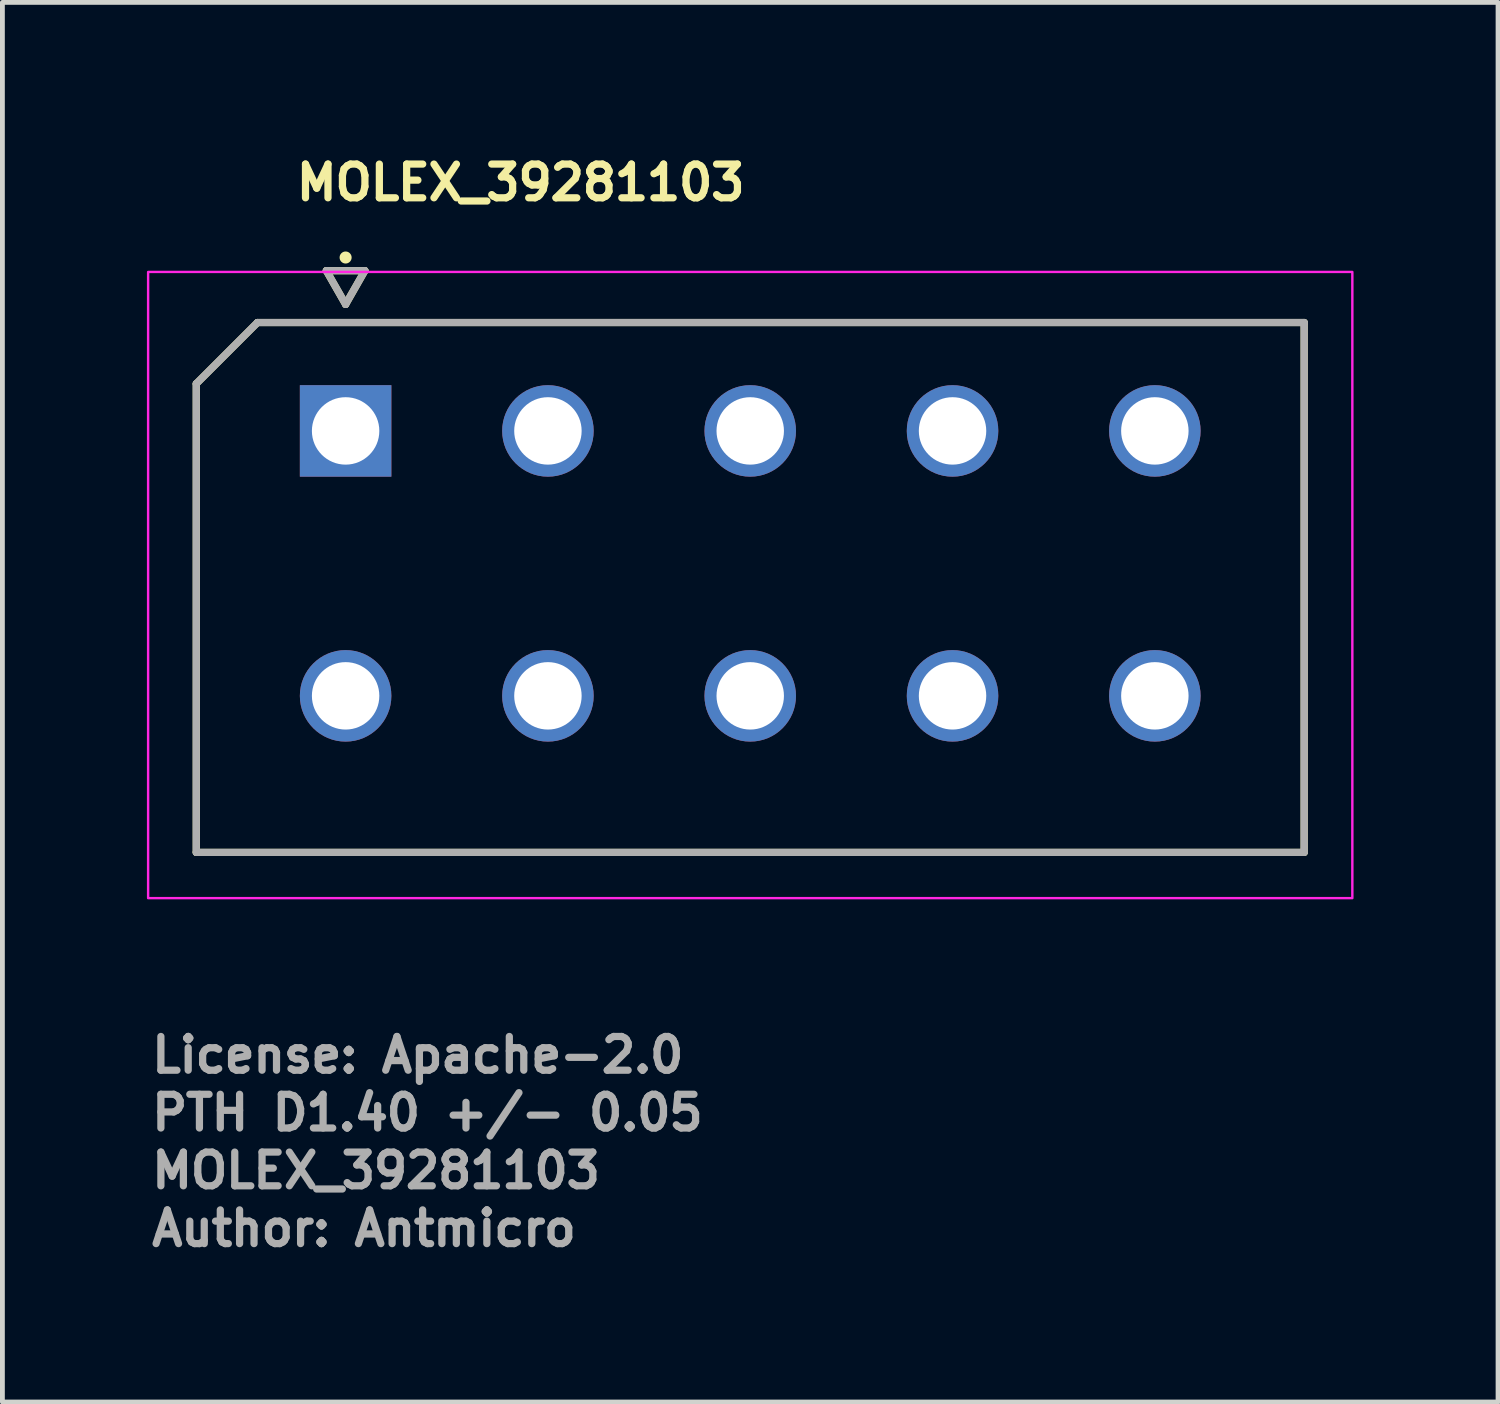
<source format=kicad_pcb>
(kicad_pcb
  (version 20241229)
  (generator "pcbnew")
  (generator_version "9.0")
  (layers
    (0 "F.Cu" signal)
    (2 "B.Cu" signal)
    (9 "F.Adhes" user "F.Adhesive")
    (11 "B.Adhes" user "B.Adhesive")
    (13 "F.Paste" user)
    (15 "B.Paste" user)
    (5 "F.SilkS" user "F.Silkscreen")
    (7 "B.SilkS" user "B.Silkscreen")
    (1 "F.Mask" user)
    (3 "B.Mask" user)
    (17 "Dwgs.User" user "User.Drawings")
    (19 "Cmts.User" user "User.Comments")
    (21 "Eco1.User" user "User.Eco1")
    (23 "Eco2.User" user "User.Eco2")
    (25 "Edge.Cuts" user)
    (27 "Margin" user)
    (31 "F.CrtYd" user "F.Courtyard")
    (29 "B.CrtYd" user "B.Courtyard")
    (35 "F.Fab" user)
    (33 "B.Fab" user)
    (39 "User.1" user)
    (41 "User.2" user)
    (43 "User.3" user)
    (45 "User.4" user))
  (footprint "MOLEX_39281103"
    (layer "F.Cu")
    (at 4.125 5.896)
    (property "Reference" "MOLEX_39281103" (at -1.098 -4.746 0) (layer "F.SilkS") (effects (font (size 0.7 0.7) (thickness 0.15)) (justify left bottom)))
    (attr through_hole)
    (fp_circle (center 0 5.5) (end 0.513 5.5) (stroke (width 1.026) (type solid)) (fill no) (layer "F.Mask"))
    (fp_circle (center 4.2 0) (end 4.713 0) (stroke (width 1.026) (type solid)) (fill no) (layer "F.Mask"))
    (fp_circle (center 4.2 5.5) (end 4.713 5.5) (stroke (width 1.026) (type solid)) (fill no) (layer "F.Mask"))
    (fp_circle (center 8.4 0) (end 8.913 0) (stroke (width 1.026) (type solid)) (fill no) (layer "F.Mask"))
    (fp_circle (center 8.4 5.5) (end 8.913 5.5) (stroke (width 1.026) (type solid)) (fill no) (layer "F.Mask"))
    (fp_circle (center 12.6 0) (end 13.113 0) (stroke (width 1.026) (type solid)) (fill no) (layer "F.Mask"))
    (fp_circle (center 12.6 5.5) (end 13.113 5.5) (stroke (width 1.026) (type solid)) (fill no) (layer "F.Mask"))
    (fp_circle (center 16.8 0) (end 17.313 0) (stroke (width 1.026) (type solid)) (fill no) (layer "F.Mask"))
    (fp_circle (center 16.8 5.5) (end 17.313 5.5) (stroke (width 1.026) (type solid)) (fill no) (layer "F.Mask"))
    (fp_poly (pts (xy -1.026 -1.026) (xy 1.026 -1.026) (xy 1.026 1.026) (xy -1.026 1.026)) (stroke (width 0.01) (type solid)) (fill yes) (layer "F.Mask"))
    (fp_circle (center 0 5.5) (end 0.513 5.5) (stroke (width 1.026) (type solid)) (fill no) (layer "B.Mask"))
    (fp_circle (center 4.2 0) (end 4.713 0) (stroke (width 1.026) (type solid)) (fill no) (layer "B.Mask"))
    (fp_circle (center 4.2 5.5) (end 4.713 5.5) (stroke (width 1.026) (type solid)) (fill no) (layer "B.Mask"))
    (fp_circle (center 8.4 0) (end 8.913 0) (stroke (width 1.026) (type solid)) (fill no) (layer "B.Mask"))
    (fp_circle (center 8.4 5.5) (end 8.913 5.5) (stroke (width 1.026) (type solid)) (fill no) (layer "B.Mask"))
    (fp_circle (center 12.6 0) (end 13.113 0) (stroke (width 1.026) (type solid)) (fill no) (layer "B.Mask"))
    (fp_circle (center 12.6 5.5) (end 13.113 5.5) (stroke (width 1.026) (type solid)) (fill no) (layer "B.Mask"))
    (fp_circle (center 16.8 0) (end 17.313 0) (stroke (width 1.026) (type solid)) (fill no) (layer "B.Mask"))
    (fp_circle (center 16.8 5.5) (end 17.313 5.5) (stroke (width 1.026) (type solid)) (fill no) (layer "B.Mask"))
    (fp_poly (pts (xy -1.026 -1.026) (xy 1.026 -1.026) (xy 1.026 1.026) (xy -1.026 1.026)) (stroke (width 0.01) (type solid)) (fill yes) (layer "B.Mask"))
    (fp_line (start -3.1 8.75) (end -3.1 -0.98) (stroke (width 0.15) (type solid)) (layer "F.SilkS"))
    (fp_line (start -1.83 -2.25) (end -3.1 -0.98) (stroke (width 0.15) (type solid)) (layer "F.SilkS"))
    (fp_line (start -1.83 -2.25) (end 19.9 -2.25) (stroke (width 0.15) (type solid)) (layer "F.SilkS"))
    (fp_line (start -0.4 -3.327) (end 0 -2.627) (stroke (width 0.15) (type solid)) (layer "F.SilkS"))
    (fp_line (start 0 -2.627) (end 0.4 -3.327) (stroke (width 0.15) (type solid)) (layer "F.SilkS"))
    (fp_line (start 0.4 -3.327) (end -0.4 -3.327) (stroke (width 0.15) (type solid)) (layer "F.SilkS"))
    (fp_line (start 19.9 -2.25) (end 19.9 8.75) (stroke (width 0.15) (type solid)) (layer "F.SilkS"))
    (fp_line (start 19.9 8.75) (end -3.1 8.75) (stroke (width 0.15) (type solid)) (layer "F.SilkS"))
    (fp_circle (center 0 -3.6) (end 0.05 -3.6) (stroke (width 0.15) (type solid)) (fill yes) (layer "F.SilkS"))
    (fp_rect (start -4.1 -3.3) (end 20.9 9.7) (stroke (width 0.05) (type solid)) (fill no) (layer "F.CrtYd"))
    (fp_line (start -3.1 8.75) (end -3.1 -0.98) (stroke (width 0.15) (type solid)) (layer "F.Fab"))
    (fp_line (start -1.83 -2.25) (end -3.1 -0.98) (stroke (width 0.15) (type solid)) (layer "F.Fab"))
    (fp_line (start -1.83 -2.25) (end 19.9 -2.25) (stroke (width 0.15) (type solid)) (layer "F.Fab"))
    (fp_line (start -0.4 -3.327) (end 0 -2.627) (stroke (width 0.15) (type solid)) (layer "F.Fab"))
    (fp_line (start 0 -2.627) (end 0.4 -3.327) (stroke (width 0.15) (type solid)) (layer "F.Fab"))
    (fp_line (start 0.4 -3.327) (end -0.4 -3.327) (stroke (width 0.15) (type solid)) (layer "F.Fab"))
    (fp_line (start 19.9 -2.25) (end 19.9 8.75) (stroke (width 0.15) (type solid)) (layer "F.Fab"))
    (fp_line (start 19.9 8.75) (end -3.1 8.75) (stroke (width 0.15) (type solid)) (layer "F.Fab"))
    (fp_rect (start -3.1 -2.3) (end 19.9 8.7) (stroke (width 0.1) (type solid)) (fill no) (layer "User.5"))
    (fp_line (start -3.1 -0.1) (end -3.099 -0.126) (stroke (width 0.02) (type solid)) (layer "User.9"))
    (fp_line (start -3.099 -0.126) (end -3.097 -0.152) (stroke (width 0.02) (type solid)) (layer "User.9"))
    (fp_line (start -3.099 -0.074) (end -3.1 -0.1) (stroke (width 0.02) (type solid)) (layer "User.9"))
    (fp_line (start -3.097 -0.152) (end -3.092 -0.177) (stroke (width 0.02) (type solid)) (layer "User.9"))
    (fp_line (start -3.097 -0.048) (end -3.099 -0.074) (stroke (width 0.02) (type solid)) (layer "User.9"))
    (fp_line (start -3.092 -0.177) (end -3.087 -0.203) (stroke (width 0.02) (type solid)) (layer "User.9"))
    (fp_line (start -3.092 -0.023) (end -3.097 -0.048) (stroke (width 0.02) (type solid)) (layer "User.9"))
    (fp_line (start -3.087 -0.203) (end -3.079 -0.228) (stroke (width 0.02) (type solid)) (layer "User.9"))
    (fp_line (start -3.087 0.003) (end -3.092 -0.023) (stroke (width 0.02) (type solid)) (layer "User.9"))
    (fp_line (start -3.079 -0.228) (end -3.07 -0.252) (stroke (width 0.02) (type solid)) (layer "User.9"))
    (fp_line (start -3.079 0.028) (end -3.087 0.003) (stroke (width 0.02) (type solid)) (layer "User.9"))
    (fp_line (start -3.07 -0.252) (end -3.059 -0.276) (stroke (width 0.02) (type solid)) (layer "User.9"))
    (fp_line (start -3.07 0.052) (end -3.079 0.028) (stroke (width 0.02) (type solid)) (layer "User.9"))
    (fp_line (start -3.059 -0.276) (end -3.046 -0.3) (stroke (width 0.02) (type solid)) (layer "User.9"))
    (fp_line (start -3.059 0.076) (end -3.07 0.052) (stroke (width 0.02) (type solid)) (layer "User.9"))
    (fp_line (start -3.046 -0.3) (end -3.046 -0.3) (stroke (width 0.02) (type solid)) (layer "User.9"))
    (fp_line (start -3.046 -0.3) (end -3.04 -0.311) (stroke (width 0.02) (type solid)) (layer "User.9"))
    (fp_line (start -3.046 0.1) (end -3.059 0.076) (stroke (width 0.02) (type solid)) (layer "User.9"))
    (fp_line (start -3.046 0.1) (end -3.046 0.1) (stroke (width 0.02) (type solid)) (layer "User.9"))
    (fp_line (start -3.04 -0.311) (end -3.032 -0.323) (stroke (width 0.02) (type solid)) (layer "User.9"))
    (fp_line (start -3.032 -0.323) (end -3.025 -0.334) (stroke (width 0.02) (type solid)) (layer "User.9"))
    (fp_line (start -3.032 0.123) (end -3.046 0.1) (stroke (width 0.02) (type solid)) (layer "User.9"))
    (fp_line (start -3.025 -0.334) (end -3.017 -0.344) (stroke (width 0.02) (type solid)) (layer "User.9"))
    (fp_line (start -3.017 -0.344) (end -3.009 -0.354) (stroke (width 0.02) (type solid)) (layer "User.9"))
    (fp_line (start -3.017 0.144) (end -3.032 0.123) (stroke (width 0.02) (type solid)) (layer "User.9"))
    (fp_line (start -3.009 -0.354) (end -3 -0.364) (stroke (width 0.02) (type solid)) (layer "User.9"))
    (fp_line (start -3 -0.364) (end -2.991 -0.374) (stroke (width 0.02) (type solid)) (layer "User.9"))
    (fp_line (start -3 0.164) (end -3.017 0.144) (stroke (width 0.02) (type solid)) (layer "User.9"))
    (fp_line (start -2.991 -0.374) (end -2.982 -0.383) (stroke (width 0.02) (type solid)) (layer "User.9"))
    (fp_line (start -2.982 -0.383) (end -2.973 -0.393) (stroke (width 0.02) (type solid)) (layer "User.9"))
    (fp_line (start -2.982 0.183) (end -3 0.164) (stroke (width 0.02) (type solid)) (layer "User.9"))
    (fp_line (start -2.973 -0.393) (end -2.963 -0.401) (stroke (width 0.02) (type solid)) (layer "User.9"))
    (fp_line (start -2.963 -0.401) (end -2.953 -0.41) (stroke (width 0.02) (type solid)) (layer "User.9"))
    (fp_line (start -2.963 0.201) (end -2.982 0.183) (stroke (width 0.02) (type solid)) (layer "User.9"))
    (fp_line (start -2.953 -0.41) (end -2.943 -0.418) (stroke (width 0.02) (type solid)) (layer "User.9"))
    (fp_line (start -2.943 -0.418) (end -2.933 -0.425) (stroke (width 0.02) (type solid)) (layer "User.9"))
    (fp_line (start -2.943 0.218) (end -2.963 0.201) (stroke (width 0.02) (type solid)) (layer "User.9"))
    (fp_line (start -2.933 -0.425) (end -2.922 -0.433) (stroke (width 0.02) (type solid)) (layer "User.9"))
    (fp_line (start -2.922 -0.433) (end -2.911 -0.44) (stroke (width 0.02) (type solid)) (layer "User.9"))
    (fp_line (start -2.922 0.233) (end -2.943 0.218) (stroke (width 0.02) (type solid)) (layer "User.9"))
    (fp_line (start -2.911 -0.44) (end -2.9 -0.446) (stroke (width 0.02) (type solid)) (layer "User.9"))
    (fp_line (start -2.9 -0.446) (end -2.889 -0.453) (stroke (width 0.02) (type solid)) (layer "User.9"))
    (fp_line (start -2.9 0.246) (end -2.922 0.233) (stroke (width 0.02) (type solid)) (layer "User.9"))
    (fp_line (start -2.889 -0.453) (end -2.877 -0.459) (stroke (width 0.02) (type solid)) (layer "User.9"))
    (fp_line (start -2.877 -0.459) (end -2.865 -0.464) (stroke (width 0.02) (type solid)) (layer "User.9"))
    (fp_line (start -2.877 0.259) (end -2.9 0.246) (stroke (width 0.02) (type solid)) (layer "User.9"))
    (fp_line (start -2.865 -0.464) (end -2.854 -0.469) (stroke (width 0.02) (type solid)) (layer "User.9"))
    (fp_line (start -2.854 -0.469) (end -2.842 -0.474) (stroke (width 0.02) (type solid)) (layer "User.9"))
    (fp_line (start -2.854 0.269) (end -2.877 0.259) (stroke (width 0.02) (type solid)) (layer "User.9"))
    (fp_line (start -2.842 -0.474) (end -2.829 -0.479) (stroke (width 0.02) (type solid)) (layer "User.9"))
    (fp_line (start -2.829 -0.479) (end -2.817 -0.483) (stroke (width 0.02) (type solid)) (layer "User.9"))
    (fp_line (start -2.829 0.279) (end -2.854 0.269) (stroke (width 0.02) (type solid)) (layer "User.9"))
    (fp_line (start -2.817 -0.483) (end -2.804 -0.486) (stroke (width 0.02) (type solid)) (layer "User.9"))
    (fp_line (start -2.804 -0.486) (end -2.792 -0.489) (stroke (width 0.02) (type solid)) (layer "User.9"))
    (fp_line (start -2.804 0.286) (end -2.829 0.279) (stroke (width 0.02) (type solid)) (layer "User.9"))
    (fp_line (start -2.792 -0.489) (end -2.779 -0.492) (stroke (width 0.02) (type solid)) (layer "User.9"))
    (fp_line (start -2.779 -0.492) (end -2.766 -0.495) (stroke (width 0.02) (type solid)) (layer "User.9"))
    (fp_line (start -2.779 0.292) (end -2.804 0.286) (stroke (width 0.02) (type solid)) (layer "User.9"))
    (fp_line (start -2.766 -0.495) (end -2.753 -0.496) (stroke (width 0.02) (type solid)) (layer "User.9"))
    (fp_line (start -2.753 -0.496) (end -2.74 -0.498) (stroke (width 0.02) (type solid)) (layer "User.9"))
    (fp_line (start -2.753 0.296) (end -2.779 0.292) (stroke (width 0.02) (type solid)) (layer "User.9"))
    (fp_line (start -2.74 -0.498) (end -2.727 -0.499) (stroke (width 0.02) (type solid)) (layer "User.9"))
    (fp_line (start -2.727 -0.499) (end -2.713 -0.5) (stroke (width 0.02) (type solid)) (layer "User.9"))
    (fp_line (start -2.727 0.299) (end -2.753 0.296) (stroke (width 0.02) (type solid)) (layer "User.9"))
    (fp_line (start -2.713 -0.5) (end -2.7 -0.5) (stroke (width 0.02) (type solid)) (layer "User.9"))
    (fp_line (start -2.7 -0.5) (end -2.7 -2.3) (stroke (width 0.02) (type solid)) (layer "User.9"))
    (fp_line (start -2.7 0.3) (end -2.727 0.299) (stroke (width 0.02) (type solid)) (layer "User.9"))
    (fp_line (start -2.7 7.3) (end -2.7 0.3) (stroke (width 0.02) (type solid)) (layer "User.9"))
    (fp_line (start -1.8 -1.4) (end -1.8 2.2) (stroke (width 0.02) (type solid)) (layer "User.9"))
    (fp_line (start -1.8 2.2) (end 1.8 2.2) (stroke (width 0.02) (type solid)) (layer "User.9"))
    (fp_line (start -1.8 3.7) (end -1.8 6.4) (stroke (width 0.02) (type solid)) (layer "User.9"))
    (fp_line (start -1.8 6.4) (end 1.8 6.4) (stroke (width 0.02) (type solid)) (layer "User.9"))
    (fp_line (start -0.9 2.8) (end -1.8 3.7) (stroke (width 0.02) (type solid)) (layer "User.9"))
    (fp_line (start -0.57 -0.35) (end -0.57 0.05) (stroke (width 0.02) (type solid)) (layer "User.9"))
    (fp_line (start -0.57 -0.35) (end 0.57 -0.35) (stroke (width 0.02) (type solid)) (layer "User.9"))
    (fp_line (start -0.57 0.05) (end -0.57 1.19) (stroke (width 0.02) (type solid)) (layer "User.9"))
    (fp_line (start -0.57 0.05) (end 0.57 0.05) (stroke (width 0.02) (type solid)) (layer "User.9"))
    (fp_line (start -0.57 1.19) (end 0.57 1.19) (stroke (width 0.02) (type solid)) (layer "User.9"))
    (fp_line (start -0.57 4.21) (end -0.57 5.35) (stroke (width 0.02) (type solid)) (layer "User.9"))
    (fp_line (start -0.57 4.21) (end 0.57 4.21) (stroke (width 0.02) (type solid)) (layer "User.9"))
    (fp_line (start -0.57 5.35) (end -0.57 5.75) (stroke (width 0.02) (type solid)) (layer "User.9"))
    (fp_line (start -0.57 5.35) (end 0.57 5.35) (stroke (width 0.02) (type solid)) (layer "User.9"))
    (fp_line (start -0.57 5.75) (end 0.57 5.75) (stroke (width 0.02) (type solid)) (layer "User.9"))
    (fp_line (start 0.57 -0.35) (end 0.57 0.05) (stroke (width 0.02) (type solid)) (layer "User.9"))
    (fp_line (start 0.57 0.05) (end 0.57 1.19) (stroke (width 0.02) (type solid)) (layer "User.9"))
    (fp_line (start 0.57 4.21) (end 0.57 5.35) (stroke (width 0.02) (type solid)) (layer "User.9"))
    (fp_line (start 0.57 5.35) (end 0.57 5.75) (stroke (width 0.02) (type solid)) (layer "User.9"))
    (fp_line (start 0.9 2.8) (end -0.9 2.8) (stroke (width 0.02) (type solid)) (layer "User.9"))
    (fp_line (start 1.8 -1.4) (end -1.8 -1.4) (stroke (width 0.02) (type solid)) (layer "User.9"))
    (fp_line (start 1.8 2.2) (end 1.8 -1.4) (stroke (width 0.02) (type solid)) (layer "User.9"))
    (fp_line (start 1.8 3.7) (end 0.9 2.8) (stroke (width 0.02) (type solid)) (layer "User.9"))
    (fp_line (start 1.8 6.4) (end 1.8 3.7) (stroke (width 0.02) (type solid)) (layer "User.9"))
    (fp_line (start 2.4 -0.5) (end 2.4 2.2) (stroke (width 0.02) (type solid)) (layer "User.9"))
    (fp_line (start 2.4 2.2) (end 6 2.2) (stroke (width 0.02) (type solid)) (layer "User.9"))
    (fp_line (start 2.4 2.8) (end 2.4 6.4) (stroke (width 0.02) (type solid)) (layer "User.9"))
    (fp_line (start 2.4 6.4) (end 6 6.4) (stroke (width 0.02) (type solid)) (layer "User.9"))
    (fp_line (start 3.3 -1.4) (end 2.4 -0.5) (stroke (width 0.02) (type solid)) (layer "User.9"))
    (fp_line (start 3.63 -0.35) (end 3.63 0.05) (stroke (width 0.02) (type solid)) (layer "User.9"))
    (fp_line (start 3.63 -0.35) (end 4.77 -0.35) (stroke (width 0.02) (type solid)) (layer "User.9"))
    (fp_line (start 3.63 0.05) (end 3.63 1.19) (stroke (width 0.02) (type solid)) (layer "User.9"))
    (fp_line (start 3.63 0.05) (end 4.77 0.05) (stroke (width 0.02) (type solid)) (layer "User.9"))
    (fp_line (start 3.63 1.19) (end 4.77 1.19) (stroke (width 0.02) (type solid)) (layer "User.9"))
    (fp_line (start 3.63 4.21) (end 3.63 5.35) (stroke (width 0.02) (type solid)) (layer "User.9"))
    (fp_line (start 3.63 4.21) (end 4.77 4.21) (stroke (width 0.02) (type solid)) (layer "User.9"))
    (fp_line (start 3.63 5.35) (end 3.63 5.75) (stroke (width 0.02) (type solid)) (layer "User.9"))
    (fp_line (start 3.63 5.35) (end 4.77 5.35) (stroke (width 0.02) (type solid)) (layer "User.9"))
    (fp_line (start 3.63 5.75) (end 4.77 5.75) (stroke (width 0.02) (type solid)) (layer "User.9"))
    (fp_line (start 4.77 -0.35) (end 4.77 0.05) (stroke (width 0.02) (type solid)) (layer "User.9"))
    (fp_line (start 4.77 0.05) (end 4.77 1.19) (stroke (width 0.02) (type solid)) (layer "User.9"))
    (fp_line (start 4.77 4.21) (end 4.77 5.35) (stroke (width 0.02) (type solid)) (layer "User.9"))
    (fp_line (start 4.77 5.35) (end 4.77 5.75) (stroke (width 0.02) (type solid)) (layer "User.9"))
    (fp_line (start 5.1 -1.4) (end 3.3 -1.4) (stroke (width 0.02) (type solid)) (layer "User.9"))
    (fp_line (start 6 -0.5) (end 5.1 -1.4) (stroke (width 0.02) (type solid)) (layer "User.9"))
    (fp_line (start 6 2.2) (end 6 -0.5) (stroke (width 0.02) (type solid)) (layer "User.9"))
    (fp_line (start 6 2.8) (end 2.4 2.8) (stroke (width 0.02) (type solid)) (layer "User.9"))
    (fp_line (start 6 6.4) (end 6 2.8) (stroke (width 0.02) (type solid)) (layer "User.9"))
    (fp_line (start 6.6 -0.5) (end 6.6 2.2) (stroke (width 0.02) (type solid)) (layer "User.9"))
    (fp_line (start 6.6 2.2) (end 10.2 2.2) (stroke (width 0.02) (type solid)) (layer "User.9"))
    (fp_line (start 6.6 2.8) (end 6.6 6.4) (stroke (width 0.02) (type solid)) (layer "User.9"))
    (fp_line (start 6.6 6.4) (end 10.2 6.4) (stroke (width 0.02) (type solid)) (layer "User.9"))
    (fp_line (start 6.7 7.3) (end -2.7 7.3) (stroke (width 0.02) (type solid)) (layer "User.9"))
    (fp_line (start 6.7 8.7) (end 6.7 7.3) (stroke (width 0.02) (type solid)) (layer "User.9"))
    (fp_line (start 7.5 -1.4) (end 6.6 -0.5) (stroke (width 0.02) (type solid)) (layer "User.9"))
    (fp_line (start 7.83 -0.35) (end 7.83 0.05) (stroke (width 0.02) (type solid)) (layer "User.9"))
    (fp_line (start 7.83 -0.35) (end 8.97 -0.35) (stroke (width 0.02) (type solid)) (layer "User.9"))
    (fp_line (start 7.83 0.05) (end 7.83 1.19) (stroke (width 0.02) (type solid)) (layer "User.9"))
    (fp_line (start 7.83 0.05) (end 8.97 0.05) (stroke (width 0.02) (type solid)) (layer "User.9"))
    (fp_line (start 7.83 1.19) (end 8.97 1.19) (stroke (width 0.02) (type solid)) (layer "User.9"))
    (fp_line (start 7.83 4.21) (end 7.83 5.35) (stroke (width 0.02) (type solid)) (layer "User.9"))
    (fp_line (start 7.83 4.21) (end 8.97 4.21) (stroke (width 0.02) (type solid)) (layer "User.9"))
    (fp_line (start 7.83 5.35) (end 7.83 5.75) (stroke (width 0.02) (type solid)) (layer "User.9"))
    (fp_line (start 7.83 5.35) (end 8.97 5.35) (stroke (width 0.02) (type solid)) (layer "User.9"))
    (fp_line (start 7.83 5.75) (end 8.97 5.75) (stroke (width 0.02) (type solid)) (layer "User.9"))
    (fp_line (start 8.97 -0.35) (end 8.97 0.05) (stroke (width 0.02) (type solid)) (layer "User.9"))
    (fp_line (start 8.97 0.05) (end 8.97 1.19) (stroke (width 0.02) (type solid)) (layer "User.9"))
    (fp_line (start 8.97 4.21) (end 8.97 5.35) (stroke (width 0.02) (type solid)) (layer "User.9"))
    (fp_line (start 8.97 5.35) (end 8.97 5.75) (stroke (width 0.02) (type solid)) (layer "User.9"))
    (fp_line (start 9.3 -1.4) (end 7.5 -1.4) (stroke (width 0.02) (type solid)) (layer "User.9"))
    (fp_line (start 10.1 7.3) (end 6.7 7.3) (stroke (width 0.02) (type solid)) (layer "User.9"))
    (fp_line (start 10.1 8.7) (end 6.7 8.7) (stroke (width 0.02) (type solid)) (layer "User.9"))
    (fp_line (start 10.1 8.7) (end 10.1 7.3) (stroke (width 0.02) (type solid)) (layer "User.9"))
    (fp_line (start 10.2 -0.5) (end 9.3 -1.4) (stroke (width 0.02) (type solid)) (layer "User.9"))
    (fp_line (start 10.2 2.2) (end 10.2 -0.5) (stroke (width 0.02) (type solid)) (layer "User.9"))
    (fp_line (start 10.2 2.8) (end 6.6 2.8) (stroke (width 0.02) (type solid)) (layer "User.9"))
    (fp_line (start 10.2 6.4) (end 10.2 2.8) (stroke (width 0.02) (type solid)) (layer "User.9"))
    (fp_line (start 10.8 -1.4) (end 10.8 2.2) (stroke (width 0.02) (type solid)) (layer "User.9"))
    (fp_line (start 10.8 2.2) (end 14.4 2.2) (stroke (width 0.02) (type solid)) (layer "User.9"))
    (fp_line (start 10.8 3.7) (end 10.8 6.4) (stroke (width 0.02) (type solid)) (layer "User.9"))
    (fp_line (start 10.8 6.4) (end 14.4 6.4) (stroke (width 0.02) (type solid)) (layer "User.9"))
    (fp_line (start 11.7 2.8) (end 10.8 3.7) (stroke (width 0.02) (type solid)) (layer "User.9"))
    (fp_line (start 12.03 -0.35) (end 12.03 0.05) (stroke (width 0.02) (type solid)) (layer "User.9"))
    (fp_line (start 12.03 -0.35) (end 13.17 -0.35) (stroke (width 0.02) (type solid)) (layer "User.9"))
    (fp_line (start 12.03 0.05) (end 12.03 1.19) (stroke (width 0.02) (type solid)) (layer "User.9"))
    (fp_line (start 12.03 0.05) (end 13.17 0.05) (stroke (width 0.02) (type solid)) (layer "User.9"))
    (fp_line (start 12.03 1.19) (end 13.17 1.19) (stroke (width 0.02) (type solid)) (layer "User.9"))
    (fp_line (start 12.03 4.21) (end 12.03 5.35) (stroke (width 0.02) (type solid)) (layer "User.9"))
    (fp_line (start 12.03 4.21) (end 13.17 4.21) (stroke (width 0.02) (type solid)) (layer "User.9"))
    (fp_line (start 12.03 5.35) (end 12.03 5.75) (stroke (width 0.02) (type solid)) (layer "User.9"))
    (fp_line (start 12.03 5.35) (end 13.17 5.35) (stroke (width 0.02) (type solid)) (layer "User.9"))
    (fp_line (start 12.03 5.75) (end 13.17 5.75) (stroke (width 0.02) (type solid)) (layer "User.9"))
    (fp_line (start 13.17 -0.35) (end 13.17 0.05) (stroke (width 0.02) (type solid)) (layer "User.9"))
    (fp_line (start 13.17 0.05) (end 13.17 1.19) (stroke (width 0.02) (type solid)) (layer "User.9"))
    (fp_line (start 13.17 4.21) (end 13.17 5.35) (stroke (width 0.02) (type solid)) (layer "User.9"))
    (fp_line (start 13.17 5.35) (end 13.17 5.75) (stroke (width 0.02) (type solid)) (layer "User.9"))
    (fp_line (start 13.5 2.8) (end 11.7 2.8) (stroke (width 0.02) (type solid)) (layer "User.9"))
    (fp_line (start 14.4 -1.4) (end 10.8 -1.4) (stroke (width 0.02) (type solid)) (layer "User.9"))
    (fp_line (start 14.4 2.2) (end 14.4 -1.4) (stroke (width 0.02) (type solid)) (layer "User.9"))
    (fp_line (start 14.4 3.7) (end 13.5 2.8) (stroke (width 0.02) (type solid)) (layer "User.9"))
    (fp_line (start 14.4 6.4) (end 14.4 3.7) (stroke (width 0.02) (type solid)) (layer "User.9"))
    (fp_line (start 15 -1.4) (end 15 2.2) (stroke (width 0.02) (type solid)) (layer "User.9"))
    (fp_line (start 15 2.2) (end 18.6 2.2) (stroke (width 0.02) (type solid)) (layer "User.9"))
    (fp_line (start 15 3.7) (end 15 6.4) (stroke (width 0.02) (type solid)) (layer "User.9"))
    (fp_line (start 15 6.4) (end 18.6 6.4) (stroke (width 0.02) (type solid)) (layer "User.9"))
    (fp_line (start 15.9 2.8) (end 15 3.7) (stroke (width 0.02) (type solid)) (layer "User.9"))
    (fp_line (start 16.23 -0.35) (end 16.23 0.05) (stroke (width 0.02) (type solid)) (layer "User.9"))
    (fp_line (start 16.23 -0.35) (end 17.37 -0.35) (stroke (width 0.02) (type solid)) (layer "User.9"))
    (fp_line (start 16.23 0.05) (end 16.23 1.19) (stroke (width 0.02) (type solid)) (layer "User.9"))
    (fp_line (start 16.23 0.05) (end 17.37 0.05) (stroke (width 0.02) (type solid)) (layer "User.9"))
    (fp_line (start 16.23 1.19) (end 17.37 1.19) (stroke (width 0.02) (type solid)) (layer "User.9"))
    (fp_line (start 16.23 4.21) (end 16.23 5.35) (stroke (width 0.02) (type solid)) (layer "User.9"))
    (fp_line (start 16.23 4.21) (end 17.37 4.21) (stroke (width 0.02) (type solid)) (layer "User.9"))
    (fp_line (start 16.23 5.35) (end 16.23 5.75) (stroke (width 0.02) (type solid)) (layer "User.9"))
    (fp_line (start 16.23 5.35) (end 17.37 5.35) (stroke (width 0.02) (type solid)) (layer "User.9"))
    (fp_line (start 16.23 5.75) (end 17.37 5.75) (stroke (width 0.02) (type solid)) (layer "User.9"))
    (fp_line (start 17.37 -0.35) (end 17.37 0.05) (stroke (width 0.02) (type solid)) (layer "User.9"))
    (fp_line (start 17.37 0.05) (end 17.37 1.19) (stroke (width 0.02) (type solid)) (layer "User.9"))
    (fp_line (start 17.37 4.21) (end 17.37 5.35) (stroke (width 0.02) (type solid)) (layer "User.9"))
    (fp_line (start 17.37 5.35) (end 17.37 5.75) (stroke (width 0.02) (type solid)) (layer "User.9"))
    (fp_line (start 17.7 2.8) (end 15.9 2.8) (stroke (width 0.02) (type solid)) (layer "User.9"))
    (fp_line (start 18.6 -1.4) (end 15 -1.4) (stroke (width 0.02) (type solid)) (layer "User.9"))
    (fp_line (start 18.6 2.2) (end 18.6 -1.4) (stroke (width 0.02) (type solid)) (layer "User.9"))
    (fp_line (start 18.6 3.7) (end 17.7 2.8) (stroke (width 0.02) (type solid)) (layer "User.9"))
    (fp_line (start 18.6 6.4) (end 18.6 3.7) (stroke (width 0.02) (type solid)) (layer "User.9"))
    (fp_line (start 19.5 -2.3) (end -2.7 -2.3) (stroke (width 0.02) (type solid)) (layer "User.9"))
    (fp_line (start 19.5 4.09) (end 19.5 -2.3) (stroke (width 0.02) (type solid)) (layer "User.9"))
    (fp_line (start 19.5 4.09) (end 19.9 4.49) (stroke (width 0.02) (type solid)) (layer "User.9"))
    (fp_line (start 19.5 7.3) (end 10.1 7.3) (stroke (width 0.02) (type solid)) (layer "User.9"))
    (fp_line (start 19.5 7.3) (end 19.5 5.89) (stroke (width 0.02) (type solid)) (layer "User.9"))
    (fp_line (start 19.9 4.49) (end 19.9 5.49) (stroke (width 0.02) (type solid)) (layer "User.9"))
    (fp_line (start 19.9 5.49) (end 19.5 5.89) (stroke (width 0.02) (type solid)) (layer "User.9"))
    (fp_text user "License: Apache-2.0" (at -4.1 13.365 0) (layer "F.Fab") (effects (font (size 0.7 0.7) (thickness 0.15)) (justify left bottom)))
    (fp_text user "Author: Antmicro" (at -4.1 16.965 0) (layer "F.Fab") (effects (font (size 0.7 0.7) (thickness 0.15)) (justify left bottom)))
    (fp_text user "PTH D1.40 +/- 0.05" (at -4.1 14.565 0) (layer "F.Fab") (effects (font (size 0.7 0.7) (thickness 0.15)) (justify left bottom)))
    (fp_text user "${REFERENCE}" (at -4.1 15.765 0) (layer "F.Fab") (effects (font (size 0.7 0.7) (thickness 0.15)) (justify left bottom)))
    (pad "1" thru_hole rect (at 0 0) (size 1.9 1.9) (drill 1.4) (layers "*.Cu"))
    (pad "2" thru_hole circle (at 4.2 0) (size 1.9 1.9) (drill 1.4) (layers "*.Cu"))
    (pad "3" thru_hole circle (at 8.4 0) (size 1.9 1.9) (drill 1.4) (layers "*.Cu"))
    (pad "4" thru_hole circle (at 12.6 0) (size 1.9 1.9) (drill 1.4) (layers "*.Cu"))
    (pad "5" thru_hole circle (at 16.8 0) (size 1.9 1.9) (drill 1.4) (layers "*.Cu"))
    (pad "6" thru_hole circle (at 0 5.5) (size 1.9 1.9) (drill 1.4) (layers "*.Cu"))
    (pad "7" thru_hole circle (at 4.2 5.5) (size 1.9 1.9) (drill 1.4) (layers "*.Cu"))
    (pad "8" thru_hole circle (at 8.4 5.5) (size 1.9 1.9) (drill 1.4) (layers "*.Cu"))
    (pad "9" thru_hole circle (at 12.6 5.5) (size 1.9 1.9) (drill 1.4) (layers "*.Cu"))
    (pad "10" thru_hole circle (at 16.8 5.5) (size 1.9 1.9) (drill 1.4) (layers "*.Cu")))
  (gr_rect
    (start -3 -3)
    (end 28.05 26.056)
    (stroke (width 0.1) (type default))
    (fill no)
    (layer "Edge.Cuts")))
</source>
